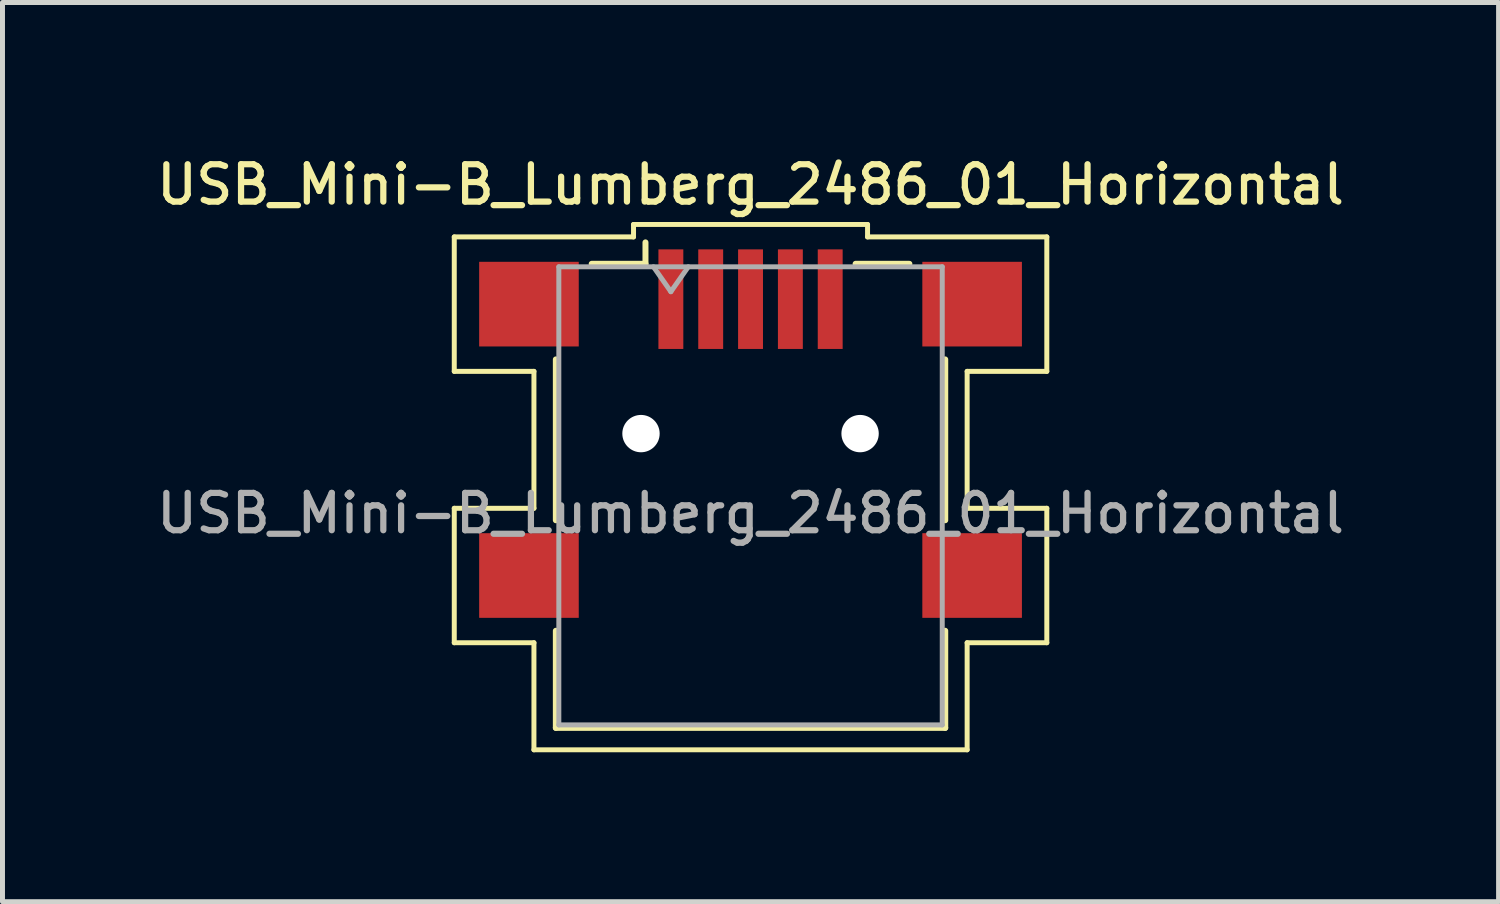
<source format=kicad_pcb>
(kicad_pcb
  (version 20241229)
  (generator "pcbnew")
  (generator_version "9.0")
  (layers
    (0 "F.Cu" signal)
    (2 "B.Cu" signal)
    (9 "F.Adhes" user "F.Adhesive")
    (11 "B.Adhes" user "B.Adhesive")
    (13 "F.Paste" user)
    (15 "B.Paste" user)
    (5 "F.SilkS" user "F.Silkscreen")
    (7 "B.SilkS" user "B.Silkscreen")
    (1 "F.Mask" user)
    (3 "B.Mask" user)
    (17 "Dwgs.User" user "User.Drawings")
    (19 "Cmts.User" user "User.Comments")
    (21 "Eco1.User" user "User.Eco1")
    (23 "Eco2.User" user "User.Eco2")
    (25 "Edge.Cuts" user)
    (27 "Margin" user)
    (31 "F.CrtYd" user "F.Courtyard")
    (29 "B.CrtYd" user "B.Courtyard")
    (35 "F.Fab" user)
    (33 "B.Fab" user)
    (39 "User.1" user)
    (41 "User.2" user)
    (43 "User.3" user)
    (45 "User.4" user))
  (footprint "USB_Mini-B_Lumberg_2486_01_Horizontal"
    (layer "F.Cu")
    (at 12.023 5.658)
    (property "Reference" "USB_Mini-B_Lumberg_2486_01_Horizontal" (at 0 -5 0) (layer "F.SilkS") (effects (font (size 0.75 0.75) (thickness 0.125))))
    (attr smd)
    (fp_line (start -5.95 -3.95) (end -5.95 -1.25) (stroke (width 0.1) (type solid)) (layer "F.SilkS"))
    (fp_line (start -5.95 -3.95) (end -2.35 -3.95) (stroke (width 0.1) (type solid)) (layer "F.SilkS"))
    (fp_line (start -5.95 1.5) (end -5.95 4.2) (stroke (width 0.1) (type solid)) (layer "F.SilkS"))
    (fp_line (start -4.35 -1.25) (end -5.95 -1.25) (stroke (width 0.1) (type solid)) (layer "F.SilkS"))
    (fp_line (start -4.35 -1.25) (end -4.35 1.5) (stroke (width 0.1) (type solid)) (layer "F.SilkS"))
    (fp_line (start -4.35 1.5) (end -5.95 1.5) (stroke (width 0.1) (type solid)) (layer "F.SilkS"))
    (fp_line (start -4.35 4.2) (end -5.95 4.2) (stroke (width 0.1) (type solid)) (layer "F.SilkS"))
    (fp_line (start -4.35 6.35) (end -4.35 4.2) (stroke (width 0.1) (type solid)) (layer "F.SilkS"))
    (fp_line (start -4.35 6.35) (end 4.35 6.35) (stroke (width 0.1) (type solid)) (layer "F.SilkS"))
    (fp_line (start -3.91 1.74) (end -3.91 -1.49) (stroke (width 0.12) (type solid)) (layer "F.SilkS"))
    (fp_line (start -3.91 5.91) (end -3.91 3.96) (stroke (width 0.12) (type solid)) (layer "F.SilkS"))
    (fp_line (start -3.19 -3.41) (end -2.11 -3.41) (stroke (width 0.12) (type solid)) (layer "F.SilkS"))
    (fp_line (start -2.35 -3.95) (end -2.35 -4.2) (stroke (width 0.1) (type solid)) (layer "F.SilkS"))
    (fp_line (start -2.11 -3.41) (end -2.11 -3.84) (stroke (width 0.12) (type solid)) (layer "F.SilkS"))
    (fp_line (start 2.11 -3.41) (end 3.19 -3.41) (stroke (width 0.12) (type solid)) (layer "F.SilkS"))
    (fp_line (start 2.35 -4.2) (end -2.35 -4.2) (stroke (width 0.1) (type solid)) (layer "F.SilkS"))
    (fp_line (start 2.35 -3.95) (end 2.35 -4.2) (stroke (width 0.1) (type solid)) (layer "F.SilkS"))
    (fp_line (start 3.91 1.74) (end 3.91 -1.49) (stroke (width 0.12) (type solid)) (layer "F.SilkS"))
    (fp_line (start 3.91 5.91) (end -3.91 5.91) (stroke (width 0.12) (type solid)) (layer "F.SilkS"))
    (fp_line (start 3.91 5.91) (end 3.91 3.96) (stroke (width 0.12) (type solid)) (layer "F.SilkS"))
    (fp_line (start 4.35 -1.25) (end 4.35 1.5) (stroke (width 0.1) (type solid)) (layer "F.SilkS"))
    (fp_line (start 4.35 -1.25) (end 5.95 -1.25) (stroke (width 0.1) (type solid)) (layer "F.SilkS"))
    (fp_line (start 4.35 1.5) (end 5.95 1.5) (stroke (width 0.1) (type solid)) (layer "F.SilkS"))
    (fp_line (start 4.35 4.2) (end 5.95 4.2) (stroke (width 0.1) (type solid)) (layer "F.SilkS"))
    (fp_line (start 4.35 6.35) (end 4.35 4.2) (stroke (width 0.1) (type solid)) (layer "F.SilkS"))
    (fp_line (start 5.95 -3.95) (end 2.35 -3.95) (stroke (width 0.1) (type solid)) (layer "F.SilkS"))
    (fp_line (start 5.95 -3.95) (end 5.95 -1.25) (stroke (width 0.1) (type solid)) (layer "F.SilkS"))
    (fp_line (start 5.95 1.5) (end 5.95 4.2) (stroke (width 0.1) (type solid)) (layer "F.SilkS"))
    (fp_line (start -3.85 -3.35) (end -3.85 5.85) (stroke (width 0.1) (type solid)) (layer "F.Fab"))
    (fp_line (start -3.85 -3.35) (end 3.85 -3.35) (stroke (width 0.1) (type solid)) (layer "F.Fab"))
    (fp_line (start -3.85 5.85) (end 3.85 5.85) (stroke (width 0.1) (type solid)) (layer "F.Fab"))
    (fp_line (start -1.95 -3.35) (end -1.6 -2.85) (stroke (width 0.1) (type solid)) (layer "F.Fab"))
    (fp_line (start -1.6 -2.85) (end -1.25 -3.35) (stroke (width 0.1) (type solid)) (layer "F.Fab"))
    (fp_line (start 3.85 5.85) (end 3.85 -3.35) (stroke (width 0.1) (type solid)) (layer "F.Fab"))
    (fp_text user "${REFERENCE}" (at 0 1.6 180) (layer "F.Fab") (effects (font (size 0.75 0.75) (thickness 0.125))))
    (pad "" np_thru_hole circle (at -2.2 0) (size 0.75 0.75) (drill 1) (layers "*.Cu" "*.Mask"))
    (pad "" np_thru_hole circle (at 2.2 0) (size 0.75 0.75) (drill 1) (layers "*.Cu" "*.Mask"))
    (pad "1" smd rect (at -1.6 -2.7) (size 0.5 2) (layers "F.Cu" "F.Mask" "F.Paste"))
    (pad "2" smd rect (at -0.8 -2.7) (size 0.5 2) (layers "F.Cu" "F.Mask" "F.Paste"))
    (pad "3" smd rect (at 0 -2.7) (size 0.5 2) (layers "F.Cu" "F.Mask" "F.Paste"))
    (pad "4" smd rect (at 0.8 -2.7) (size 0.5 2) (layers "F.Cu" "F.Mask" "F.Paste"))
    (pad "5" smd rect (at 1.6 -2.7) (size 0.5 2) (layers "F.Cu" "F.Mask" "F.Paste"))
    (pad "6" smd rect (at -4.45 -2.6) (size 2 1.7) (layers "F.Cu" "F.Mask" "F.Paste"))
    (pad "6" smd rect (at -4.45 2.85) (size 2 1.7) (layers "F.Cu" "F.Mask" "F.Paste"))
    (pad "6" smd rect (at 4.45 -2.6) (size 2 1.7) (layers "F.Cu" "F.Mask" "F.Paste"))
    (pad "6" smd rect (at 4.45 2.85) (size 2 1.7) (layers "F.Cu" "F.Mask" "F.Paste")))
  (gr_rect
    (start -3 -3)
    (end 27.046 15.058)
    (stroke (width 0.1) (type default))
    (fill no)
    (layer "Edge.Cuts")))
</source>
